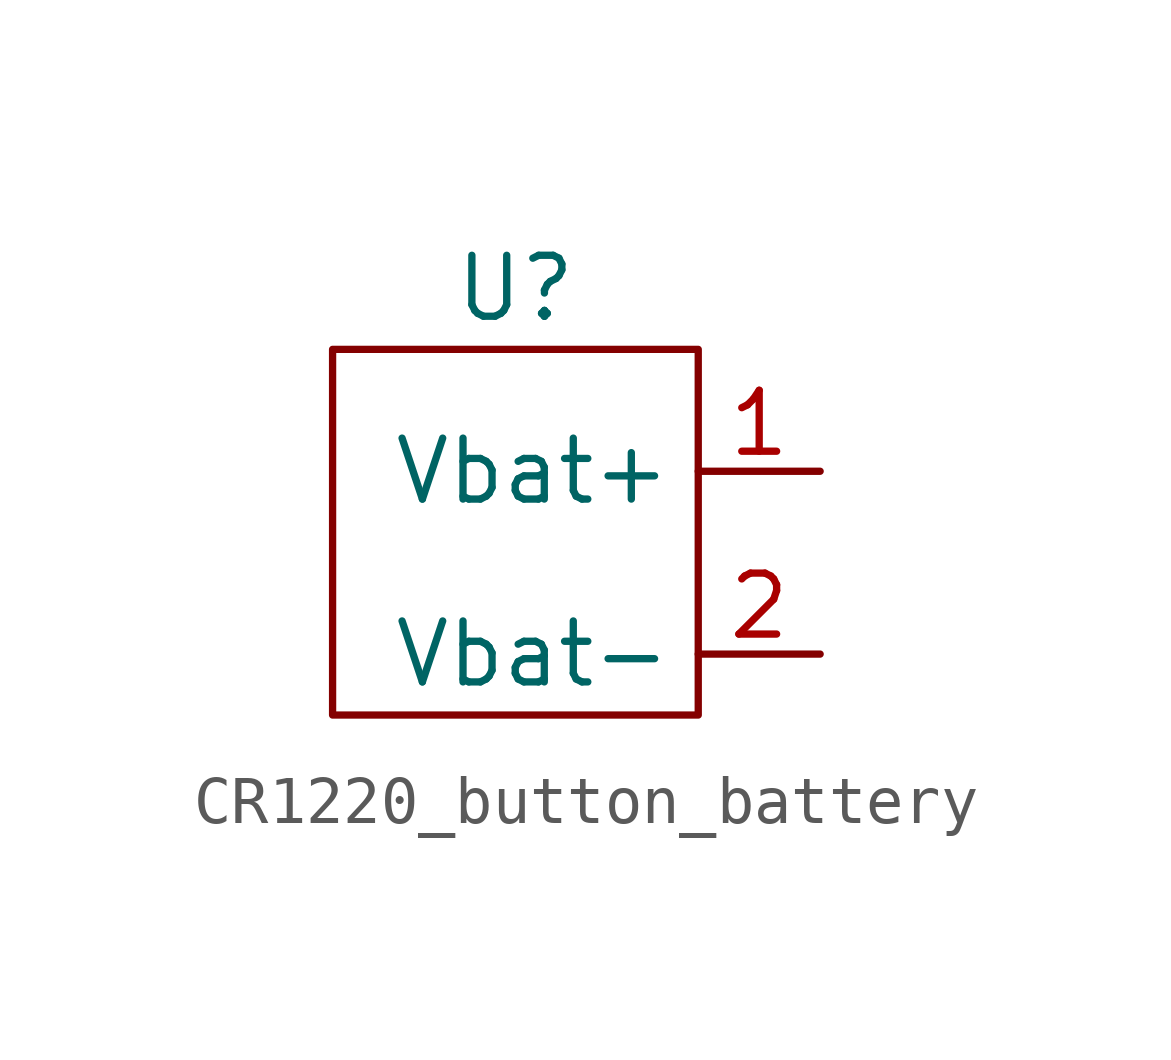
<source format=kicad_sym>
(kicad_symbol_lib
  (version 20241209)
  (generator "kicad_symbol_editor")
  (generator_version "9.0")
  (symbol "CR1220_button_battery"
    (property "Reference" "U"
      (at 0 3.81 0)
      (effects (font (size 1.27 1.27))))
    (property "Value" ""
      (at 0 0 0)
      (effects (font (size 1.27 1.27))))
    (symbol "CR1220_button_battery_0_1"
      (rectangle (start -3.81 2.54) (end 3.81 -5.08) (stroke (width 0) (type default)) (fill (type none))))
    (symbol "CR1220_button_battery_1_1"
      (pin power_out line (at 6.35 0 180) (length 2.54) (name "Vbat+" (effects (font (size 1.27 1.27)))) (number "1" (effects (font (size 1.27 1.27)))))
      (pin power_out line (at 6.35 -3.81 180) (length 2.54) (name "Vbat-" (effects (font (size 1.27 1.27)))) (number "2" (effects (font (size 1.27 1.27))))))))
</source>
